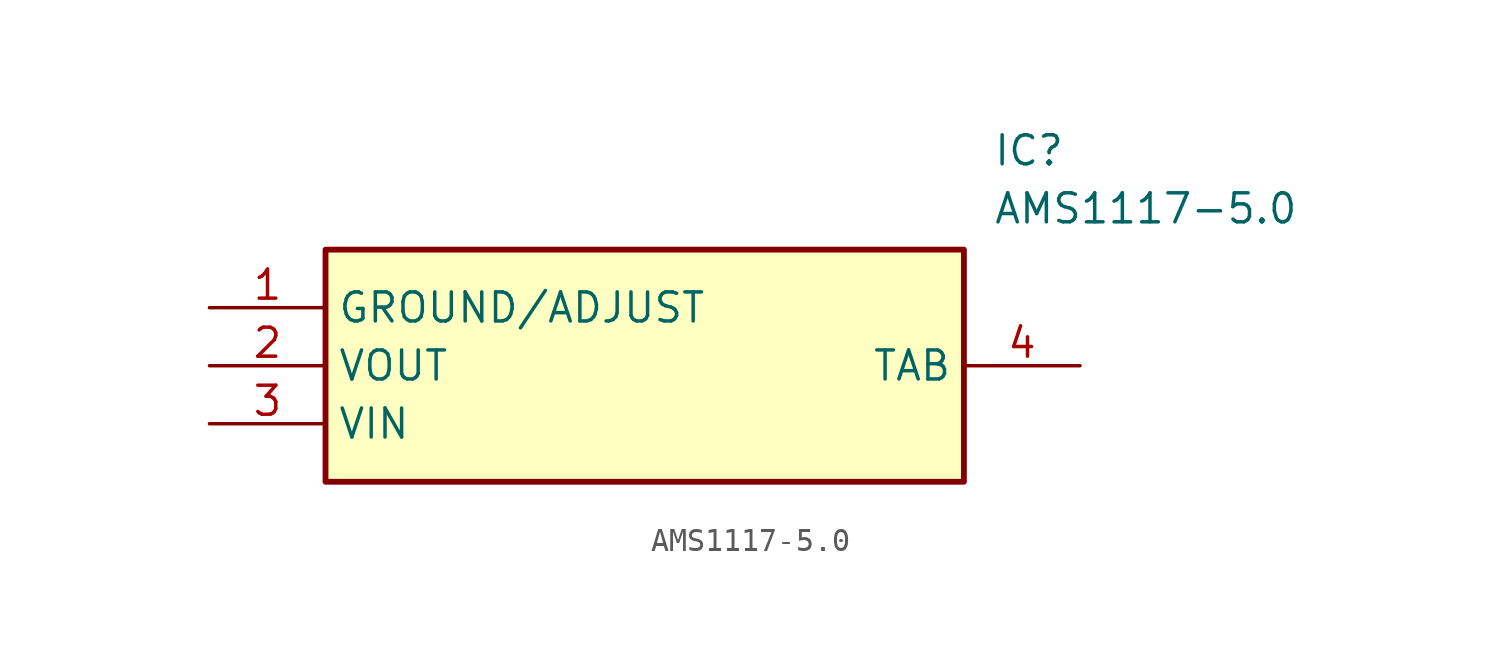
<source format=kicad_sym>
(kicad_symbol_lib
  (version 20241209)
  (generator "kicad_symbol_editor")
  (generator_version "9.0")
  (symbol "AMS1117-5.0"
    (property "Reference" "IC"
      (at 34.29 7.62 0)
      (effects (font (size 1.27 1.27)) (justify left top)))
    (property "Value" "AMS1117-5.0"
      (at 34.29 5.08 0)
      (effects (font (size 1.27 1.27)) (justify left top)))
    (symbol "AMS1117-5.0_1_1"
      (rectangle (start 5.08 2.54) (end 33.02 -7.62) (stroke (width 0.254) (type default)) (fill (type background)))
      (pin passive line (at 0 0 0) (length 5.08) (name "GROUND/ADJUST" (effects (font (size 1.27 1.27)))) (number "1" (effects (font (size 1.27 1.27)))))
      (pin passive line (at 0 -2.54 0) (length 5.08) (name "VOUT" (effects (font (size 1.27 1.27)))) (number "2" (effects (font (size 1.27 1.27)))))
      (pin passive line (at 0 -5.08 0) (length 5.08) (name "VIN" (effects (font (size 1.27 1.27)))) (number "3" (effects (font (size 1.27 1.27)))))
      (pin passive line (at 38.1 -2.54 180) (length 5.08) (name "TAB" (effects (font (size 1.27 1.27)))) (number "4" (effects (font (size 1.27 1.27))))))))
</source>
